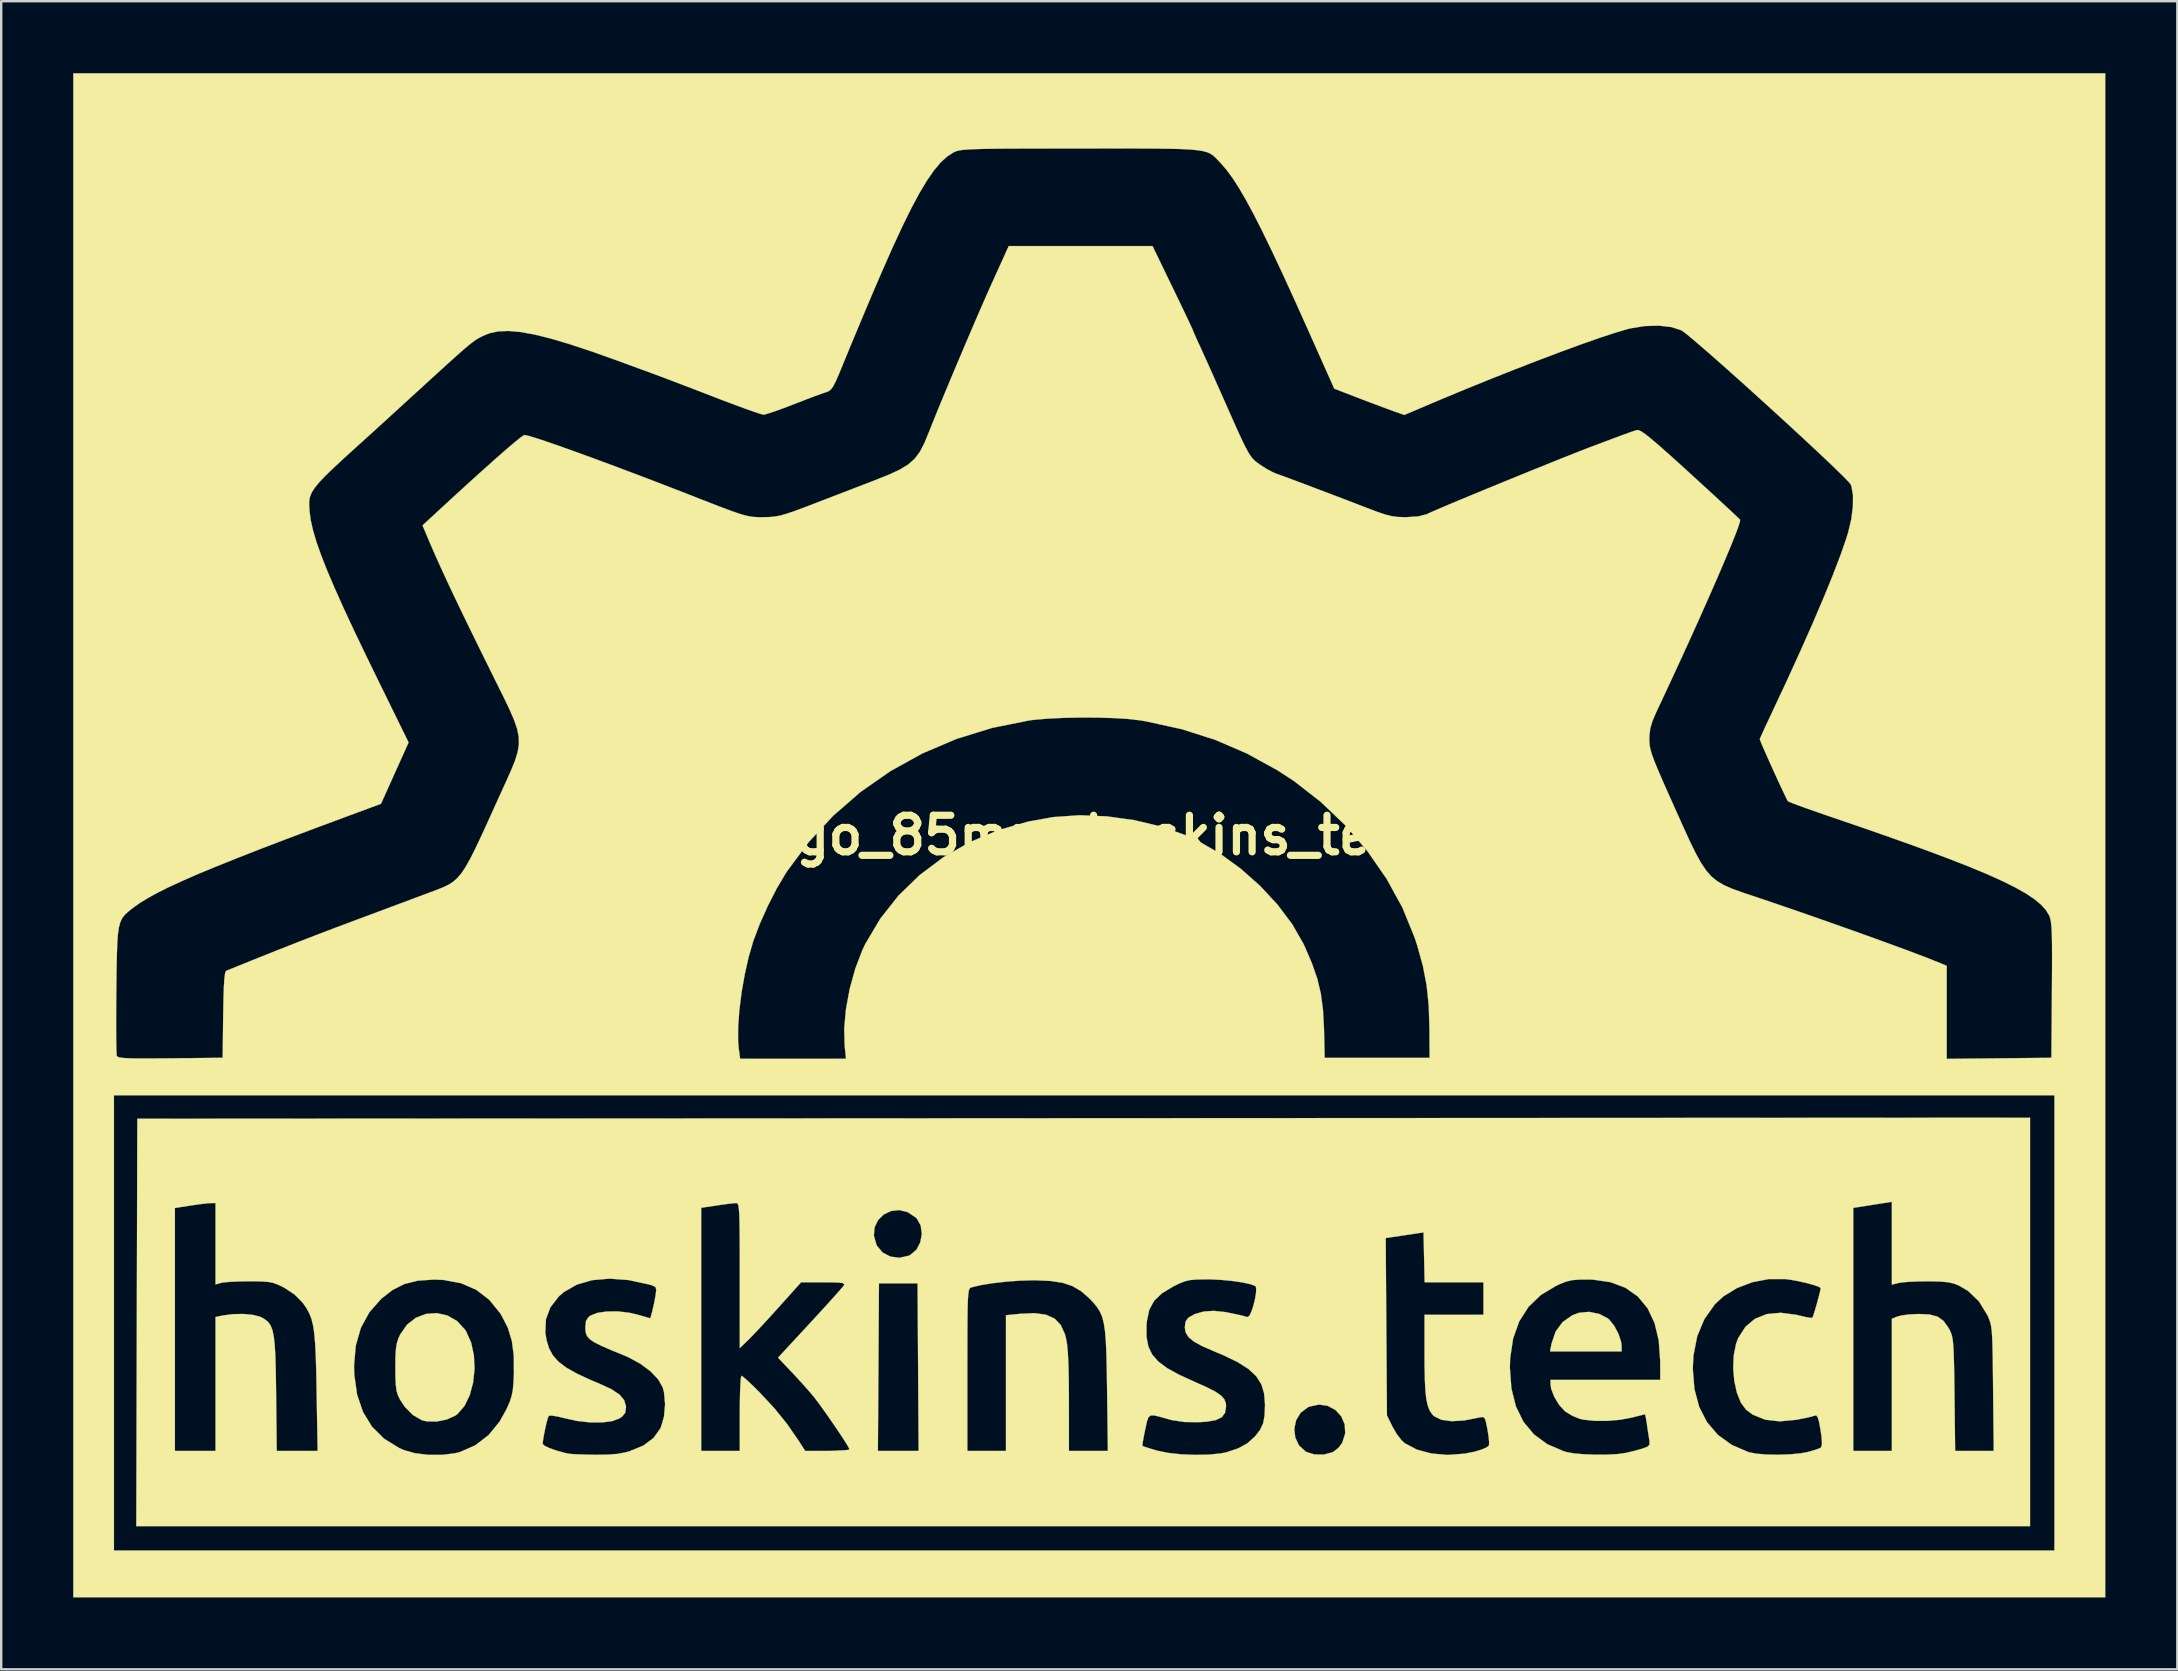
<source format=kicad_pcb>
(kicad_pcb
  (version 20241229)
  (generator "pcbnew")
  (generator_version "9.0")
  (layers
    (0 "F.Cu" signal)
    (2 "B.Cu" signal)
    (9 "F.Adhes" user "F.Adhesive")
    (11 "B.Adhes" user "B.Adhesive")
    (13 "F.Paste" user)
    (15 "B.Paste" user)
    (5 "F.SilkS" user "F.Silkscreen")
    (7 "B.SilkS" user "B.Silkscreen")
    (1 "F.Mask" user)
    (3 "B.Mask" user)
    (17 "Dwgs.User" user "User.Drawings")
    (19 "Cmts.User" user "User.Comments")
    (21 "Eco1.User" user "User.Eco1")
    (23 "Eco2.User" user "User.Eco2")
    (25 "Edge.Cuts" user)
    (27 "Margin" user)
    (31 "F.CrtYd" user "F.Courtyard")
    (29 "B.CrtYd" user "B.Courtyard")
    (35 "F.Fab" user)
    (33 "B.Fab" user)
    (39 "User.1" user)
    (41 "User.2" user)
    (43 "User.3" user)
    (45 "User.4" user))
  (footprint "logo_85mm_hoskins_tech"
    (layer "F.Cu")
    (at 42.338 31.755)
    (property "Reference" "logo_85mm_hoskins_tech" (at 0 0 0) (layer "F.SilkS") (effects (font (size 1.524 1.524) (thickness 0.3))))
    (attr through_hole)
    (fp_poly (pts (xy 21.242 19.941) (xy 21.603 20.128) (xy 21.665 20.179) (xy 21.872 20.436) (xy 22.05 20.771) (xy 22.161 21.108) (xy 22.181 21.273) (xy 22.183 21.505) (xy 19.2 21.505) (xy 19.26 21.191) (xy 19.43 20.685) (xy 19.725 20.282) (xy 20.13 19.999) (xy 20.409 19.896) (xy 20.82 19.858) (xy 21.242 19.941)) (stroke (width 0.01) (type solid)) (fill yes) (layer "F.SilkS"))
    (fp_poly (pts (xy -26.747 20.009) (xy -26.345 20.239) (xy -26.011 20.601) (xy -25.968 20.668) (xy -25.757 21.136) (xy -25.641 21.671) (xy -25.614 22.238) (xy -25.673 22.8) (xy -25.812 23.322) (xy -26.028 23.77) (xy -26.315 24.107) (xy -26.413 24.18) (xy -26.775 24.345) (xy -27.199 24.429) (xy -27.611 24.421) (xy -27.813 24.372) (xy -28.182 24.158) (xy -28.521 23.815) (xy -28.731 23.495) (xy -28.813 23.32) (xy -28.866 23.132) (xy -28.897 22.89) (xy -28.911 22.552) (xy -28.914 22.183) (xy -28.91 21.74) (xy -28.893 21.422) (xy -28.857 21.186) (xy -28.797 20.988) (xy -28.713 20.801) (xy -28.427 20.389) (xy -28.058 20.103) (xy -27.634 19.943) (xy -27.187 19.911) (xy -26.747 20.009)) (stroke (width 0.01) (type solid)) (fill yes) (layer "F.SilkS"))
    (fp_poly (pts (xy 42.333 31.75) (xy -42.333 31.75) (xy -42.333 10.837) (xy -40.64 10.837) (xy -40.64 29.803) (xy 40.217 29.803) (xy 40.217 10.837) (xy -40.64 10.837) (xy -42.333 10.837) (xy -42.333 7.713) (xy -40.549 7.713) (xy -40.548 8.24) (xy -40.544 8.672) (xy -40.537 8.988) (xy -40.527 9.165) (xy -40.522 9.192) (xy -40.486 9.23) (xy -40.399 9.259) (xy -40.241 9.28) (xy -39.994 9.293) (xy -39.64 9.3) (xy -39.16 9.3) (xy -38.536 9.296) (xy -38.293 9.294) (xy -36.11 9.271) (xy -36.101 8.563) (xy -14.633 8.563) (xy -14.606 8.884) (xy -14.547 9.313) (xy -10.137 9.313) (xy -10.192 8.77) (xy -10.211 8.045) (xy -10.137 7.235) (xy -9.98 6.39) (xy -9.75 5.559) (xy -9.458 4.792) (xy -9.334 4.53) (xy -8.707 3.473) (xy -7.948 2.513) (xy -7.067 1.658) (xy -6.076 0.914) (xy -4.985 0.29) (xy -3.806 -0.207) (xy -2.55 -0.57) (xy -1.497 -0.759) (xy -0.411 -0.835) (xy 0.729 -0.789) (xy 1.877 -0.63) (xy 2.991 -0.365) (xy 4.026 -0.000167) (xy 4.52 0.227) (xy 5.434 0.754) (xy 6.311 1.392) (xy 7.125 2.115) (xy 7.85 2.896) (xy 8.461 3.711) (xy 8.932 4.535) (xy 8.964 4.604) (xy 9.275 5.324) (xy 9.499 5.969) (xy 9.649 6.595) (xy 9.738 7.262) (xy 9.78 8.029) (xy 9.783 8.128) (xy 9.809 9.271) (xy 14.182 9.271) (xy 14.175 8.043) (xy 14.145 7.098) (xy 14.057 6.251) (xy 13.901 5.439) (xy 13.667 4.597) (xy 13.555 4.255) (xy 13.05 3.017) (xy 12.391 1.815) (xy 11.595 0.667) (xy 10.677 -0.406) (xy 9.652 -1.387) (xy 8.536 -2.257) (xy 7.845 -2.707) (xy 6.562 -3.411) (xy 5.248 -3.977) (xy 3.87 -4.417) (xy 2.393 -4.742) (xy 2.126 -4.788) (xy 1.657 -4.844) (xy 1.063 -4.882) (xy 0.387 -4.903) (xy -0.327 -4.907) (xy -1.035 -4.894) (xy -1.696 -4.863) (xy -2.264 -4.816) (xy -2.504 -4.785) (xy -4.052 -4.473) (xy -5.539 -4.013) (xy -6.954 -3.41) (xy -8.287 -2.673) (xy -9.528 -1.807) (xy -10.666 -0.818) (xy -11.691 0.285) (xy -12.591 1.498) (xy -12.66 1.603) (xy -13.03 2.231) (xy -13.399 2.953) (xy -13.732 3.7) (xy -13.997 4.401) (xy -14.002 4.416) (xy -14.192 5.07) (xy -14.355 5.792) (xy -14.487 6.543) (xy -14.58 7.282) (xy -14.631 7.969) (xy -14.633 8.563) (xy -36.101 8.563) (xy -36.088 7.48) (xy -36.076 6.836) (xy -36.061 6.347) (xy -36.04 5.998) (xy -36.013 5.775) (xy -35.979 5.664) (xy -35.961 5.647) (xy -34.879 5.209) (xy -33.915 4.823) (xy -33.029 4.474) (xy -32.183 4.146) (xy -31.339 3.825) (xy -30.522 3.519) (xy -29.894 3.285) (xy -29.27 3.052) (xy -28.683 2.833) (xy -28.165 2.639) (xy -27.745 2.483) (xy -27.49 2.387) (xy -27.181 2.271) (xy -26.921 2.167) (xy -26.699 2.061) (xy -26.505 1.936) (xy -26.328 1.779) (xy -26.156 1.575) (xy -25.98 1.308) (xy -25.787 0.964) (xy -25.569 0.528) (xy -25.312 -0.015) (xy -25.008 -0.68) (xy -24.645 -1.481) (xy -24.587 -1.609) (xy -24.314 -2.208) (xy -24.094 -2.7) (xy -23.928 -3.11) (xy -23.818 -3.465) (xy -23.766 -3.788) (xy -23.773 -4.104) (xy -23.841 -4.439) (xy -23.972 -4.818) (xy -24.166 -5.265) (xy -24.426 -5.805) (xy -24.754 -6.464) (xy -24.92 -6.799) (xy -25.457 -7.887) (xy -25.923 -8.84) (xy -26.327 -9.676) (xy -26.675 -10.41) (xy -26.976 -11.059) (xy -27.237 -11.638) (xy -27.466 -12.165) (xy -27.532 -12.319) (xy -27.781 -12.912) (xy -27.332 -13.329) (xy -26.601 -14.003) (xy -25.927 -14.619) (xy -25.318 -15.17) (xy -24.783 -15.648) (xy -24.332 -16.045) (xy -23.972 -16.352) (xy -23.714 -16.563) (xy -23.565 -16.668) (xy -23.537 -16.679) (xy -23.385 -16.649) (xy -23.089 -16.562) (xy -22.663 -16.422) (xy -22.121 -16.235) (xy -21.478 -16.006) (xy -20.747 -15.74) (xy -19.942 -15.442) (xy -19.077 -15.117) (xy -18.165 -14.771) (xy -17.222 -14.407) (xy -16.468 -14.113) (xy -15.819 -13.859) (xy -15.305 -13.661) (xy -14.903 -13.511) (xy -14.59 -13.403) (xy -14.344 -13.331) (xy -14.142 -13.286) (xy -13.961 -13.263) (xy -13.779 -13.255) (xy -13.589 -13.255) (xy -13.338 -13.26) (xy -13.116 -13.279) (xy -12.89 -13.32) (xy -12.63 -13.392) (xy -12.303 -13.502) (xy -11.877 -13.66) (xy -11.43 -13.831) (xy -10.868 -14.048) (xy -10.272 -14.277) (xy -9.696 -14.499) (xy -9.191 -14.693) (xy -8.932 -14.793) (xy -8.341 -15.029) (xy -7.885 -15.242) (xy -7.537 -15.456) (xy -7.269 -15.696) (xy -7.055 -15.985) (xy -6.867 -16.348) (xy -6.68 -16.802) (xy -6.53 -17.182) (xy -6.325 -17.689) (xy -6.075 -18.293) (xy -5.794 -18.967) (xy -5.494 -19.681) (xy -5.186 -20.406) (xy -4.884 -21.115) (xy -4.598 -21.778) (xy -4.341 -22.367) (xy -4.126 -22.853) (xy -4.046 -23.029) (xy -3.877 -23.402) (xy -3.704 -23.782) (xy -3.564 -24.093) (xy -3.556 -24.109) (xy -3.356 -24.553) (xy 2.636 -24.553) (xy 3.477 -22.814) (xy 3.718 -22.315) (xy 3.931 -21.87) (xy 4.108 -21.499) (xy 4.237 -21.225) (xy 4.307 -21.07) (xy 4.318 -21.044) (xy 4.351 -20.958) (xy 4.439 -20.757) (xy 4.565 -20.48) (xy 4.607 -20.391) (xy 4.733 -20.114) (xy 4.912 -19.719) (xy 5.125 -19.243) (xy 5.356 -18.724) (xy 5.587 -18.203) (xy 5.887 -17.525) (xy 6.128 -16.984) (xy 6.321 -16.562) (xy 6.475 -16.24) (xy 6.601 -16.002) (xy 6.707 -15.828) (xy 6.805 -15.701) (xy 6.903 -15.603) (xy 7.012 -15.516) (xy 7.089 -15.459) (xy 7.369 -15.277) (xy 7.654 -15.126) (xy 7.778 -15.074) (xy 8.018 -14.987) (xy 8.385 -14.851) (xy 8.849 -14.678) (xy 9.378 -14.478) (xy 9.942 -14.264) (xy 10.51 -14.048) (xy 11.051 -13.841) (xy 11.535 -13.654) (xy 11.557 -13.645) (xy 12.004 -13.476) (xy 12.341 -13.364) (xy 12.613 -13.296) (xy 12.867 -13.264) (xy 13.147 -13.255) (xy 13.208 -13.255) (xy 13.708 -13.287) (xy 14.058 -13.377) (xy 14.115 -13.404) (xy 14.265 -13.473) (xy 14.55 -13.597) (xy 14.951 -13.767) (xy 15.447 -13.975) (xy 16.016 -14.211) (xy 16.637 -14.467) (xy 17.29 -14.735) (xy 17.953 -15.005) (xy 18.606 -15.271) (xy 19.228 -15.522) (xy 19.797 -15.75) (xy 20.294 -15.947) (xy 20.696 -16.105) (xy 20.873 -16.172) (xy 21.467 -16.396) (xy 21.923 -16.568) (xy 22.264 -16.694) (xy 22.51 -16.783) (xy 22.682 -16.842) (xy 22.802 -16.88) (xy 22.824 -16.886) (xy 22.897 -16.88) (xy 23.012 -16.823) (xy 23.182 -16.705) (xy 23.418 -16.517) (xy 23.733 -16.249) (xy 24.139 -15.89) (xy 24.647 -15.432) (xy 25.041 -15.074) (xy 25.534 -14.622) (xy 25.987 -14.207) (xy 26.385 -13.84) (xy 26.711 -13.537) (xy 26.952 -13.312) (xy 27.092 -13.178) (xy 27.121 -13.146) (xy 27.106 -13.04) (xy 27.024 -12.794) (xy 26.881 -12.421) (xy 26.684 -11.936) (xy 26.438 -11.35) (xy 26.15 -10.679) (xy 25.823 -9.934) (xy 25.466 -9.13) (xy 25.083 -8.279) (xy 24.68 -7.396) (xy 24.263 -6.493) (xy 23.839 -5.584) (xy 23.641 -5.165) (xy 23.471 -4.771) (xy 23.376 -4.45) (xy 23.339 -4.134) (xy 23.336 -4.022) (xy 23.339 -3.868) (xy 23.356 -3.716) (xy 23.392 -3.544) (xy 23.457 -3.334) (xy 23.557 -3.065) (xy 23.7 -2.718) (xy 23.892 -2.272) (xy 24.142 -1.709) (xy 24.395 -1.143) (xy 24.737 -0.381) (xy 25.023 0.244) (xy 25.27 0.749) (xy 25.493 1.152) (xy 25.707 1.469) (xy 25.927 1.718) (xy 26.171 1.916) (xy 26.452 2.08) (xy 26.787 2.227) (xy 27.191 2.374) (xy 27.68 2.538) (xy 27.771 2.568) (xy 28.5 2.814) (xy 29.298 3.087) (xy 30.139 3.379) (xy 30.998 3.681) (xy 31.85 3.983) (xy 32.669 4.277) (xy 33.431 4.554) (xy 34.111 4.805) (xy 34.683 5.02) (xy 35.122 5.191) (xy 35.158 5.206) (xy 35.729 5.437) (xy 35.729 9.316) (xy 40.09 9.271) (xy 40.112 6.45) (xy 40.117 5.671) (xy 40.119 5.042) (xy 40.117 4.546) (xy 40.11 4.163) (xy 40.098 3.876) (xy 40.079 3.664) (xy 40.054 3.511) (xy 40.02 3.396) (xy 39.992 3.329) (xy 39.86 3.114) (xy 39.664 2.895) (xy 39.395 2.67) (xy 39.045 2.434) (xy 38.605 2.184) (xy 38.068 1.916) (xy 37.426 1.626) (xy 36.67 1.311) (xy 35.792 0.968) (xy 34.785 0.591) (xy 33.639 0.179) (xy 32.347 -0.274) (xy 30.907 -0.767) (xy 30.394 -0.944) (xy 29.936 -1.105) (xy 29.557 -1.242) (xy 29.28 -1.346) (xy 29.131 -1.408) (xy 29.113 -1.419) (xy 29.062 -1.511) (xy 28.958 -1.725) (xy 28.815 -2.028) (xy 28.647 -2.391) (xy 28.47 -2.779) (xy 28.298 -3.162) (xy 28.145 -3.508) (xy 28.025 -3.784) (xy 27.954 -3.959) (xy 27.94 -4.003) (xy 27.974 -4.09) (xy 28.068 -4.301) (xy 28.209 -4.607) (xy 28.383 -4.978) (xy 28.436 -5.091) (xy 29.061 -6.425) (xy 29.632 -7.676) (xy 30.145 -8.834) (xy 30.595 -9.888) (xy 30.98 -10.829) (xy 31.293 -11.647) (xy 31.532 -12.331) (xy 31.624 -12.629) (xy 31.753 -13.174) (xy 31.82 -13.7) (xy 31.824 -14.166) (xy 31.762 -14.531) (xy 31.73 -14.616) (xy 31.645 -14.722) (xy 31.447 -14.928) (xy 31.151 -15.219) (xy 30.771 -15.583) (xy 30.321 -16.007) (xy 29.816 -16.478) (xy 29.27 -16.983) (xy 28.697 -17.508) (xy 28.111 -18.042) (xy 27.528 -18.57) (xy 26.96 -19.08) (xy 26.424 -19.558) (xy 25.931 -19.993) (xy 25.498 -20.37) (xy 25.139 -20.676) (xy 24.867 -20.9) (xy 24.697 -21.026) (xy 24.665 -21.045) (xy 24.249 -21.178) (xy 23.728 -21.236) (xy 23.149 -21.219) (xy 22.561 -21.125) (xy 22.412 -21.088) (xy 21.917 -20.941) (xy 21.287 -20.734) (xy 20.54 -20.472) (xy 19.697 -20.164) (xy 18.776 -19.817) (xy 17.798 -19.438) (xy 16.78 -19.035) (xy 15.743 -18.615) (xy 14.706 -18.185) (xy 14.12 -17.937) (xy 13.126 -17.514) (xy 12.638 -17.688) (xy 12.358 -17.79) (xy 11.975 -17.934) (xy 11.542 -18.097) (xy 11.18 -18.236) (xy 10.209 -18.61) (xy 9.101 -21.095) (xy 8.547 -22.326) (xy 8.051 -23.41) (xy 7.606 -24.356) (xy 7.208 -25.176) (xy 6.851 -25.878) (xy 6.529 -26.474) (xy 6.239 -26.972) (xy 5.973 -27.384) (xy 5.727 -27.72) (xy 5.496 -27.988) (xy 5.475 -28.01) (xy 5.358 -28.134) (xy 5.257 -28.24) (xy 5.156 -28.33) (xy 5.043 -28.404) (xy 4.904 -28.464) (xy 4.725 -28.512) (xy 4.492 -28.548) (xy 4.193 -28.576) (xy 3.813 -28.595) (xy 3.339 -28.607) (xy 2.757 -28.614) (xy 2.053 -28.617) (xy 1.215 -28.618) (xy 0.227 -28.617) (xy -0.338 -28.617) (xy -1.386 -28.617) (xy -2.279 -28.616) (xy -3.029 -28.614) (xy -3.65 -28.611) (xy -4.157 -28.605) (xy -4.561 -28.597) (xy -4.878 -28.586) (xy -5.119 -28.573) (xy -5.3 -28.555) (xy -5.433 -28.534) (xy -5.532 -28.508) (xy -5.611 -28.477) (xy -5.655 -28.456) (xy -5.92 -28.285) (xy -6.189 -28.04) (xy -6.469 -27.708) (xy -6.765 -27.281) (xy -7.083 -26.749) (xy -7.43 -26.101) (xy -7.809 -25.328) (xy -8.229 -24.419) (xy -8.693 -23.365) (xy -8.953 -22.76) (xy -9.216 -22.14) (xy -9.486 -21.499) (xy -9.747 -20.875) (xy -9.983 -20.308) (xy -10.176 -19.839) (xy -10.248 -19.663) (xy -10.431 -19.218) (xy -10.568 -18.905) (xy -10.676 -18.698) (xy -10.769 -18.573) (xy -10.862 -18.503) (xy -10.96 -18.466) (xy -11.133 -18.408) (xy -11.426 -18.301) (xy -11.8 -18.16) (xy -12.219 -17.998) (xy -12.319 -17.959) (xy -12.731 -17.801) (xy -13.095 -17.669) (xy -13.379 -17.575) (xy -13.549 -17.529) (xy -13.572 -17.526) (xy -13.692 -17.556) (xy -13.945 -17.639) (xy -14.307 -17.767) (xy -14.754 -17.931) (xy -15.261 -18.122) (xy -15.562 -18.238) (xy -16.147 -18.464) (xy -16.737 -18.69) (xy -17.293 -18.902) (xy -17.779 -19.086) (xy -18.156 -19.227) (xy -18.246 -19.26) (xy -18.672 -19.416) (xy -19.111 -19.577) (xy -19.492 -19.717) (xy -19.643 -19.772) (xy -20.708 -20.152) (xy -21.634 -20.459) (xy -22.433 -20.697) (xy -23.119 -20.867) (xy -23.704 -20.972) (xy -24.2 -21.015) (xy -24.62 -20.998) (xy -24.977 -20.923) (xy -25.174 -20.848) (xy -25.308 -20.786) (xy -25.43 -20.724) (xy -25.554 -20.649) (xy -25.694 -20.549) (xy -25.867 -20.413) (xy -26.087 -20.226) (xy -26.368 -19.978) (xy -26.726 -19.656) (xy -27.175 -19.247) (xy -27.731 -18.739) (xy -27.887 -18.596) (xy -28.358 -18.166) (xy -28.798 -17.764) (xy -29.189 -17.406) (xy -29.514 -17.11) (xy -29.752 -16.893) (xy -29.885 -16.771) (xy -29.892 -16.766) (xy -30.54 -16.18) (xy -31.074 -15.694) (xy -31.503 -15.295) (xy -31.84 -14.968) (xy -32.094 -14.7) (xy -32.276 -14.476) (xy -32.398 -14.284) (xy -32.47 -14.11) (xy -32.503 -13.939) (xy -32.507 -13.759) (xy -32.493 -13.555) (xy -32.486 -13.468) (xy -32.437 -13.112) (xy -32.344 -12.702) (xy -32.204 -12.229) (xy -32.011 -11.68) (xy -31.761 -11.045) (xy -31.451 -10.314) (xy -31.075 -9.475) (xy -30.629 -8.518) (xy -30.108 -7.432) (xy -29.667 -6.527) (xy -28.363 -3.867) (xy -28.938 -2.59) (xy -29.513 -1.312) (xy -30.738 -0.859) (xy -32.151 -0.334) (xy -33.414 0.141) (xy -34.536 0.57) (xy -35.525 0.957) (xy -36.392 1.305) (xy -37.147 1.619) (xy -37.797 1.903) (xy -38.354 2.16) (xy -38.826 2.396) (xy -39.223 2.614) (xy -39.555 2.817) (xy -39.83 3.011) (xy -39.895 3.061) (xy -40.059 3.194) (xy -40.191 3.317) (xy -40.294 3.451) (xy -40.373 3.615) (xy -40.432 3.829) (xy -40.473 4.111) (xy -40.5 4.481) (xy -40.518 4.959) (xy -40.53 5.564) (xy -40.539 6.316) (xy -40.541 6.46) (xy -40.547 7.112) (xy -40.549 7.713) (xy -42.333 7.713) (xy -42.333 -31.75) (xy 42.333 -31.75) (xy 42.333 31.75)) (stroke (width 0.01) (type solid)) (fill yes) (layer "F.SilkS"))
    (fp_poly (pts (xy 39.201 28.787) (xy -39.709 28.787) (xy -39.676 15.531) (xy -38.1 15.531) (xy -38.1 25.654) (xy -36.407 25.654) (xy -36.407 20.074) (xy -36.089 20.007) (xy -35.684 19.953) (xy -35.253 19.946) (xy -34.854 19.984) (xy -34.547 20.062) (xy -34.492 20.088) (xy -34.335 20.181) (xy -34.209 20.288) (xy -34.11 20.429) (xy -34.035 20.622) (xy -33.98 20.885) (xy -33.941 21.237) (xy -33.914 21.697) (xy -33.897 22.284) (xy -33.886 23.016) (xy -33.883 23.262) (xy -33.857 25.654) (xy -32.153 25.654) (xy -32.195 23.177) (xy -32.21 22.371) (xy -32.218 22.098) (xy -30.636 22.098) (xy -30.625 22.479) (xy -30.508 23.309) (xy -30.262 24.03) (xy -29.888 24.641) (xy -29.387 25.14) (xy -28.759 25.528) (xy -28.556 25.618) (xy -28.091 25.75) (xy -27.536 25.817) (xy -26.956 25.817) (xy -26.417 25.748) (xy -26.216 25.697) (xy -25.582 25.418) (xy -25.507 25.36) (xy -22.775 25.36) (xy -22.699 25.436) (xy -22.494 25.534) (xy -22.198 25.638) (xy -21.848 25.736) (xy -21.717 25.766) (xy -21.566 25.782) (xy -21.288 25.797) (xy -20.926 25.808) (xy -20.603 25.814) (xy -20.077 25.808) (xy -19.667 25.777) (xy -19.322 25.713) (xy -19.14 25.662) (xy -18.577 25.428) (xy -18.159 25.116) (xy -17.876 24.721) (xy -17.846 24.657) (xy -17.719 24.217) (xy -17.675 23.71) (xy -17.719 23.217) (xy -17.772 23.011) (xy -17.957 22.677) (xy -18.278 22.338) (xy -18.706 22.019) (xy -19.211 21.746) (xy -19.368 21.678) (xy -19.915 21.454) (xy -20.323 21.276) (xy -20.614 21.131) (xy -20.807 21.002) (xy -20.921 20.876) (xy -20.978 20.738) (xy -20.996 20.574) (xy -20.997 20.488) (xy -20.97 20.236) (xy -20.865 20.076) (xy -20.783 20.014) (xy -20.494 19.9) (xy -20.094 19.841) (xy -19.63 19.84) (xy -19.152 19.897) (xy -18.86 19.965) (xy -18.288 20.128) (xy -18.207 19.822) (xy -18.138 19.525) (xy -18.076 19.202) (xy -18.07 19.163) (xy -18.043 18.939) (xy -18.078 18.822) (xy -18.212 18.755) (xy -18.342 18.717) (xy -19.196 18.533) (xy -19.992 18.474) (xy -20.715 18.538) (xy -21.352 18.724) (xy -21.887 19.028) (xy -22.107 19.22) (xy -22.455 19.671) (xy -22.64 20.168) (xy -22.666 20.719) (xy -22.616 21.029) (xy -22.511 21.373) (xy -22.352 21.669) (xy -22.118 21.934) (xy -21.79 22.183) (xy -21.348 22.432) (xy -20.773 22.699) (xy -20.39 22.859) (xy -19.907 23.083) (xy -19.576 23.303) (xy -19.381 23.534) (xy -19.306 23.791) (xy -19.304 23.846) (xy -19.336 24.066) (xy -19.463 24.222) (xy -19.579 24.3) (xy -19.882 24.412) (xy -20.302 24.466) (xy -20.799 24.464) (xy -21.332 24.405) (xy -21.838 24.295) (xy -22.143 24.221) (xy -22.383 24.182) (xy -22.513 24.184) (xy -22.522 24.19) (xy -22.566 24.3) (xy -22.625 24.521) (xy -22.686 24.797) (xy -22.739 25.073) (xy -22.771 25.292) (xy -22.775 25.36) (xy -25.507 25.36) (xy -25.031 24.994) (xy -24.569 24.43) (xy -24.285 23.918) (xy -24.157 23.63) (xy -24.073 23.382) (xy -24.021 23.121) (xy -23.991 22.793) (xy -23.974 22.405) (xy -23.98 21.677) (xy -24.061 21.064) (xy -24.227 20.523) (xy -24.488 20.011) (xy -24.551 19.911) (xy -25.002 19.354) (xy -25.545 18.938) (xy -26.181 18.663) (xy -26.912 18.528) (xy -27.305 18.513) (xy -27.973 18.558) (xy -28.536 18.698) (xy -29.035 18.949) (xy -29.502 19.314) (xy -29.997 19.875) (xy -30.351 20.524) (xy -30.563 21.264) (xy -30.636 22.098) (xy -32.218 22.098) (xy -32.23 21.712) (xy -32.256 21.182) (xy -32.293 20.758) (xy -32.343 20.421) (xy -32.41 20.149) (xy -32.498 19.921) (xy -32.61 19.717) (xy -32.748 19.516) (xy -32.793 19.457) (xy -33.111 19.137) (xy -33.527 18.861) (xy -33.568 18.839) (xy -33.801 18.726) (xy -34.001 18.652) (xy -34.215 18.61) (xy -34.492 18.59) (xy -34.878 18.584) (xy -35.003 18.584) (xy -35.41 18.59) (xy -35.774 18.606) (xy -36.051 18.629) (xy -36.174 18.649) (xy -36.407 18.715) (xy -36.407 15.523) (xy -16.171 15.523) (xy -16.171 25.654) (xy -14.563 25.654) (xy -14.563 24.088) (xy -14.559 23.594) (xy -14.549 23.164) (xy -14.533 22.824) (xy -14.514 22.601) (xy -14.491 22.521) (xy -14.407 22.578) (xy -14.231 22.733) (xy -13.99 22.962) (xy -13.731 23.22) (xy -13.117 23.879) (xy -12.595 24.525) (xy -12.108 25.23) (xy -12.094 25.252) (xy -11.836 25.654) (xy -10.913 25.654) (xy -8.807 25.654) (xy -7.11 25.654) (xy -7.132 22.273) (xy -5.08 22.273) (xy -5.08 25.654) (xy -3.471 25.654) (xy -3.471 19.999) (xy -2.883 19.939) (xy -2.277 19.913) (xy -1.803 19.977) (xy -1.445 20.138) (xy -1.187 20.407) (xy -1.013 20.791) (xy -0.969 20.956) (xy -0.925 21.21) (xy -0.892 21.563) (xy -0.868 22.032) (xy -0.854 22.634) (xy -0.848 23.385) (xy -0.848 23.558) (xy -0.847 25.654) (xy 0.775 25.654) (xy 0.772 25.436) (xy 2.215 25.436) (xy 2.217 25.444) (xy 2.308 25.481) (xy 2.518 25.548) (xy 2.805 25.633) (xy 2.838 25.643) (xy 3.285 25.735) (xy 3.827 25.794) (xy 4.409 25.818) (xy 4.974 25.807) (xy 5.466 25.759) (xy 5.715 25.709) (xy 6.206 25.546) (xy 6.58 25.341) (xy 6.891 25.064) (xy 6.929 25.022) (xy 7.123 24.767) (xy 7.14 24.731) (xy 8.544 24.731) (xy 8.584 25.095) (xy 8.739 25.423) (xy 9.012 25.675) (xy 9.05 25.697) (xy 9.387 25.8) (xy 9.775 25.805) (xy 10.131 25.71) (xy 10.163 25.695) (xy 10.384 25.523) (xy 10.54 25.318) (xy 10.665 24.922) (xy 10.644 24.545) (xy 10.501 24.213) (xy 10.26 23.948) (xy 9.943 23.776) (xy 9.574 23.72) (xy 9.177 23.806) (xy 9.11 23.836) (xy 8.808 24.062) (xy 8.619 24.374) (xy 8.544 24.731) (xy 7.14 24.731) (xy 7.243 24.508) (xy 7.304 24.192) (xy 7.322 23.767) (xy 7.322 23.707) (xy 7.286 23.258) (xy 7.17 22.874) (xy 6.957 22.54) (xy 6.633 22.237) (xy 6.181 21.951) (xy 5.586 21.663) (xy 5.216 21.509) (xy 4.715 21.291) (xy 4.359 21.095) (xy 4.131 20.904) (xy 4.012 20.704) (xy 3.981 20.499) (xy 4.012 20.264) (xy 4.127 20.103) (xy 4.365 19.968) (xy 4.424 19.942) (xy 4.774 19.843) (xy 5.185 19.817) (xy 5.685 19.869) (xy 6.298 19.997) (xy 6.597 20.076) (xy 6.675 20.018) (xy 6.76 19.84) (xy 6.843 19.587) (xy 6.91 19.308) (xy 6.951 19.048) (xy 6.953 18.856) (xy 6.92 18.782) (xy 6.719 18.706) (xy 6.391 18.634) (xy 5.979 18.573) (xy 5.524 18.528) (xy 5.071 18.505) (xy 4.896 18.503) (xy 4.501 18.509) (xy 4.217 18.531) (xy 3.988 18.583) (xy 3.755 18.675) (xy 3.502 18.799) (xy 3.03 19.084) (xy 2.703 19.397) (xy 2.501 19.771) (xy 2.401 20.239) (xy 2.384 20.449) (xy 2.388 20.909) (xy 2.46 21.296) (xy 2.616 21.629) (xy 2.873 21.925) (xy 3.247 22.204) (xy 3.754 22.483) (xy 4.409 22.782) (xy 4.902 23.001) (xy 5.255 23.182) (xy 5.49 23.343) (xy 5.628 23.498) (xy 5.691 23.665) (xy 5.701 23.791) (xy 5.661 24.057) (xy 5.527 24.245) (xy 5.279 24.367) (xy 4.898 24.435) (xy 4.589 24.455) (xy 3.962 24.448) (xy 3.44 24.368) (xy 3.343 24.343) (xy 2.958 24.233) (xy 2.705 24.173) (xy 2.551 24.176) (xy 2.462 24.257) (xy 2.404 24.428) (xy 2.344 24.704) (xy 2.331 24.764) (xy 2.267 25.073) (xy 2.226 25.311) (xy 2.215 25.436) (xy 0.772 25.436) (xy 0.742 23.093) (xy 0.73 22.284) (xy 0.715 21.623) (xy 0.691 21.092) (xy 0.657 20.67) (xy 0.607 20.336) (xy 0.538 20.07) (xy 0.446 19.852) (xy 0.327 19.662) (xy 0.177 19.48) (xy 0.009 19.302) (xy -0.328 19.003) (xy -0.689 18.789) (xy -1.107 18.648) (xy -1.618 18.57) (xy -2.255 18.542) (xy -2.353 18.542) (xy -2.901 18.558) (xy -3.482 18.602) (xy -4.046 18.667) (xy -4.542 18.749) (xy -4.92 18.841) (xy -4.923 18.842) (xy -4.962 18.862) (xy -4.994 18.904) (xy -5.02 18.983) (xy -5.04 19.116) (xy -5.055 19.319) (xy -5.066 19.606) (xy -5.073 19.993) (xy -5.077 20.497) (xy -5.079 21.132) (xy -5.08 21.915) (xy -5.08 22.273) (xy -7.132 22.273) (xy -7.132 22.162) (xy -7.154 18.669) (xy -8.763 18.669) (xy -8.807 25.654) (xy -10.913 25.654) (xy -10.541 25.648) (xy -10.24 25.632) (xy -10.046 25.609) (xy -9.991 25.586) (xy -10.037 25.488) (xy -10.162 25.283) (xy -10.347 24.998) (xy -10.571 24.664) (xy -10.814 24.309) (xy -11.058 23.964) (xy -11.28 23.656) (xy -11.463 23.416) (xy -11.501 23.369) (xy -11.702 23.133) (xy -11.974 22.828) (xy -12.27 22.505) (xy -12.39 22.377) (xy -12.968 21.767) (xy -11.629 20.319) (xy -11.244 19.902) (xy -10.897 19.521) (xy -10.604 19.196) (xy -10.382 18.945) (xy -10.25 18.789) (xy -10.22 18.749) (xy -10.213 18.695) (xy -10.28 18.659) (xy -10.446 18.638) (xy -10.737 18.629) (xy -11.08 18.627) (xy -12.008 18.627) (xy -12.939 19.664) (xy -13.282 20.043) (xy -13.615 20.406) (xy -13.909 20.72) (xy -14.134 20.954) (xy -14.216 21.036) (xy -14.563 21.37) (xy -14.563 18.348) (xy -14.563 17.551) (xy -14.565 16.908) (xy -14.567 16.684) (xy -8.975 16.684) (xy -8.865 17.069) (xy -8.847 17.105) (xy -8.614 17.384) (xy -8.287 17.555) (xy -7.912 17.605) (xy -7.532 17.522) (xy -7.458 17.487) (xy -7.201 17.269) (xy -7.039 16.958) (xy -7.008 16.783) (xy 12.353 16.783) (xy 12.378 20.478) (xy 12.404 24.172) (xy 12.642 24.657) (xy 12.814 24.951) (xy 13.012 25.206) (xy 13.148 25.333) (xy 13.654 25.598) (xy 14.262 25.762) (xy 14.938 25.82) (xy 15.646 25.767) (xy 16.055 25.684) (xy 16.343 25.598) (xy 16.558 25.505) (xy 16.654 25.429) (xy 16.662 25.291) (xy 16.639 25.042) (xy 16.593 24.758) (xy 16.534 24.463) (xy 16.483 24.302) (xy 16.417 24.241) (xy 16.315 24.246) (xy 16.266 24.258) (xy 15.635 24.382) (xy 15.099 24.414) (xy 14.671 24.355) (xy 14.368 24.206) (xy 14.29 24.127) (xy 14.185 23.97) (xy 14.106 23.772) (xy 14.048 23.511) (xy 14.008 23.165) (xy 13.984 22.709) (xy 13.974 22.183) (xy 17.526 22.183) (xy 17.589 23.046) (xy 17.778 23.799) (xy 18.091 24.438) (xy 18.528 24.963) (xy 19.087 25.372) (xy 19.767 25.664) (xy 19.897 25.702) (xy 20.202 25.757) (xy 20.621 25.793) (xy 21.1 25.81) (xy 21.585 25.807) (xy 22.021 25.783) (xy 22.352 25.737) (xy 22.675 25.66) (xy 22.995 25.573) (xy 23.057 25.554) (xy 23.263 25.477) (xy 23.345 25.388) (xy 23.343 25.234) (xy 23.336 25.194) (xy 23.297 24.946) (xy 23.25 24.636) (xy 23.236 24.532) (xy 23.198 24.298) (xy 23.165 24.153) (xy 23.154 24.13) (xy 23.065 24.149) (xy 22.858 24.2) (xy 22.592 24.268) (xy 22.112 24.356) (xy 21.577 24.401) (xy 21.05 24.399) (xy 20.595 24.35) (xy 20.43 24.312) (xy 20.128 24.189) (xy 19.845 24.016) (xy 19.804 23.983) (xy 19.571 23.724) (xy 19.373 23.394) (xy 19.247 23.062) (xy 19.221 22.881) (xy 19.219 22.691) (xy 23.791 22.691) (xy 23.791 22.225) (xy 25.148 22.225) (xy 25.215 23.071) (xy 25.413 23.815) (xy 25.741 24.455) (xy 26.195 24.986) (xy 26.774 25.403) (xy 27.473 25.704) (xy 27.474 25.705) (xy 27.786 25.767) (xy 28.212 25.803) (xy 28.699 25.812) (xy 29.193 25.796) (xy 29.642 25.753) (xy 29.916 25.704) (xy 30.195 25.628) (xy 30.409 25.552) (xy 30.495 25.504) (xy 30.531 25.361) (xy 30.512 25.06) (xy 30.47 24.772) (xy 30.409 24.442) (xy 30.354 24.253) (xy 30.295 24.177) (xy 30.23 24.183) (xy 30.086 24.225) (xy 29.828 24.284) (xy 29.508 24.347) (xy 29.466 24.355) (xy 28.768 24.421) (xy 28.16 24.35) (xy 27.648 24.142) (xy 27.369 23.936) (xy 27.15 23.639) (xy 26.984 23.222) (xy 26.876 22.726) (xy 26.832 22.195) (xy 26.855 21.669) (xy 26.95 21.19) (xy 27.04 20.952) (xy 27.341 20.481) (xy 27.74 20.147) (xy 28.231 19.951) (xy 28.809 19.896) (xy 29.469 19.982) (xy 29.629 20.022) (xy 29.888 20.082) (xy 30.073 20.109) (xy 30.133 20.103) (xy 30.17 20.01) (xy 30.235 19.805) (xy 30.312 19.538) (xy 30.388 19.261) (xy 30.447 19.025) (xy 30.477 18.881) (xy 30.478 18.871) (xy 30.403 18.815) (xy 30.201 18.743) (xy 29.914 18.663) (xy 29.581 18.587) (xy 29.243 18.524) (xy 28.995 18.491) (xy 28.316 18.492) (xy 27.635 18.621) (xy 26.994 18.865) (xy 26.432 19.207) (xy 26.07 19.54) (xy 25.631 20.16) (xy 25.332 20.874) (xy 25.175 21.681) (xy 25.148 22.225) (xy 23.791 22.225) (xy 23.79 21.907) (xy 23.73 21.053) (xy 23.554 20.318) (xy 23.263 19.706) (xy 22.858 19.217) (xy 22.343 18.855) (xy 21.718 18.62) (xy 20.986 18.516) (xy 20.786 18.51) (xy 20.394 18.514) (xy 20.106 18.54) (xy 19.859 18.601) (xy 19.588 18.71) (xy 19.461 18.769) (xy 18.816 19.156) (xy 18.301 19.652) (xy 17.916 20.256) (xy 17.662 20.967) (xy 17.539 21.786) (xy 17.526 22.183) (xy 13.974 22.183) (xy 13.972 22.123) (xy 13.97 21.654) (xy 13.97 19.981) (xy 16.425 19.981) (xy 16.425 18.627) (xy 13.975 18.627) (xy 13.928 16.547) (xy 12.353 16.783) (xy -7.008 16.783) (xy -6.977 16.604) (xy -7.025 16.258) (xy -7.188 15.968) (xy -7.224 15.932) (xy -7.566 15.703) (xy -7.919 15.617) (xy -8.259 15.655) (xy -8.561 15.8) (xy -8.797 16.031) (xy -8.944 16.333) (xy -8.975 16.684) (xy -14.567 16.684) (xy -14.569 16.401) (xy -14.576 16.015) (xy -14.587 15.734) (xy -14.603 15.54) (xy -14.605 15.526) (xy 31.835 15.526) (xy 31.835 25.654) (xy 33.443 25.654) (xy 33.443 20.146) (xy 33.676 20.051) (xy 33.875 20.003) (xy 34.18 19.966) (xy 34.528 19.948) (xy 34.559 19.947) (xy 35.015 19.968) (xy 35.349 20.057) (xy 35.598 20.235) (xy 35.803 20.522) (xy 35.856 20.622) (xy 35.907 20.733) (xy 35.947 20.858) (xy 35.978 21.019) (xy 36.001 21.238) (xy 36.018 21.535) (xy 36.031 21.932) (xy 36.042 22.45) (xy 36.051 23.11) (xy 36.053 23.305) (xy 36.08 25.654) (xy 37.688 25.654) (xy 37.661 23.05) (xy 37.653 22.318) (xy 37.646 21.735) (xy 37.636 21.279) (xy 37.624 20.93) (xy 37.606 20.667) (xy 37.582 20.469) (xy 37.549 20.316) (xy 37.507 20.187) (xy 37.453 20.061) (xy 37.416 19.981) (xy 37.07 19.42) (xy 36.625 18.99) (xy 36.238 18.762) (xy 36.025 18.679) (xy 35.792 18.626) (xy 35.493 18.597) (xy 35.084 18.586) (xy 34.925 18.585) (xy 34.514 18.591) (xy 34.139 18.608) (xy 33.848 18.633) (xy 33.718 18.655) (xy 33.443 18.725) (xy 33.443 15.272) (xy 31.835 15.526) (xy -14.605 15.526) (xy -14.624 15.419) (xy -14.651 15.354) (xy -14.685 15.328) (xy -14.711 15.324) (xy -14.863 15.336) (xy -15.129 15.368) (xy -15.456 15.415) (xy -15.515 15.423) (xy -16.171 15.523) (xy -36.407 15.523) (xy -36.407 15.325) (xy -36.596 15.325) (xy -36.77 15.338) (xy -37.053 15.372) (xy -37.391 15.42) (xy -37.443 15.428) (xy -38.1 15.531) (xy -39.676 15.531) (xy -39.666 11.811) (xy 39.201 11.768) (xy 39.201 28.787)) (stroke (width 0.01) (type solid)) (fill yes) (layer "F.SilkS")))
  (gr_rect
    (start -3 -3)
    (end 87.677 66.51)
    (stroke (width 0.1) (type default))
    (fill no)
    (layer "Edge.Cuts")))
</source>
